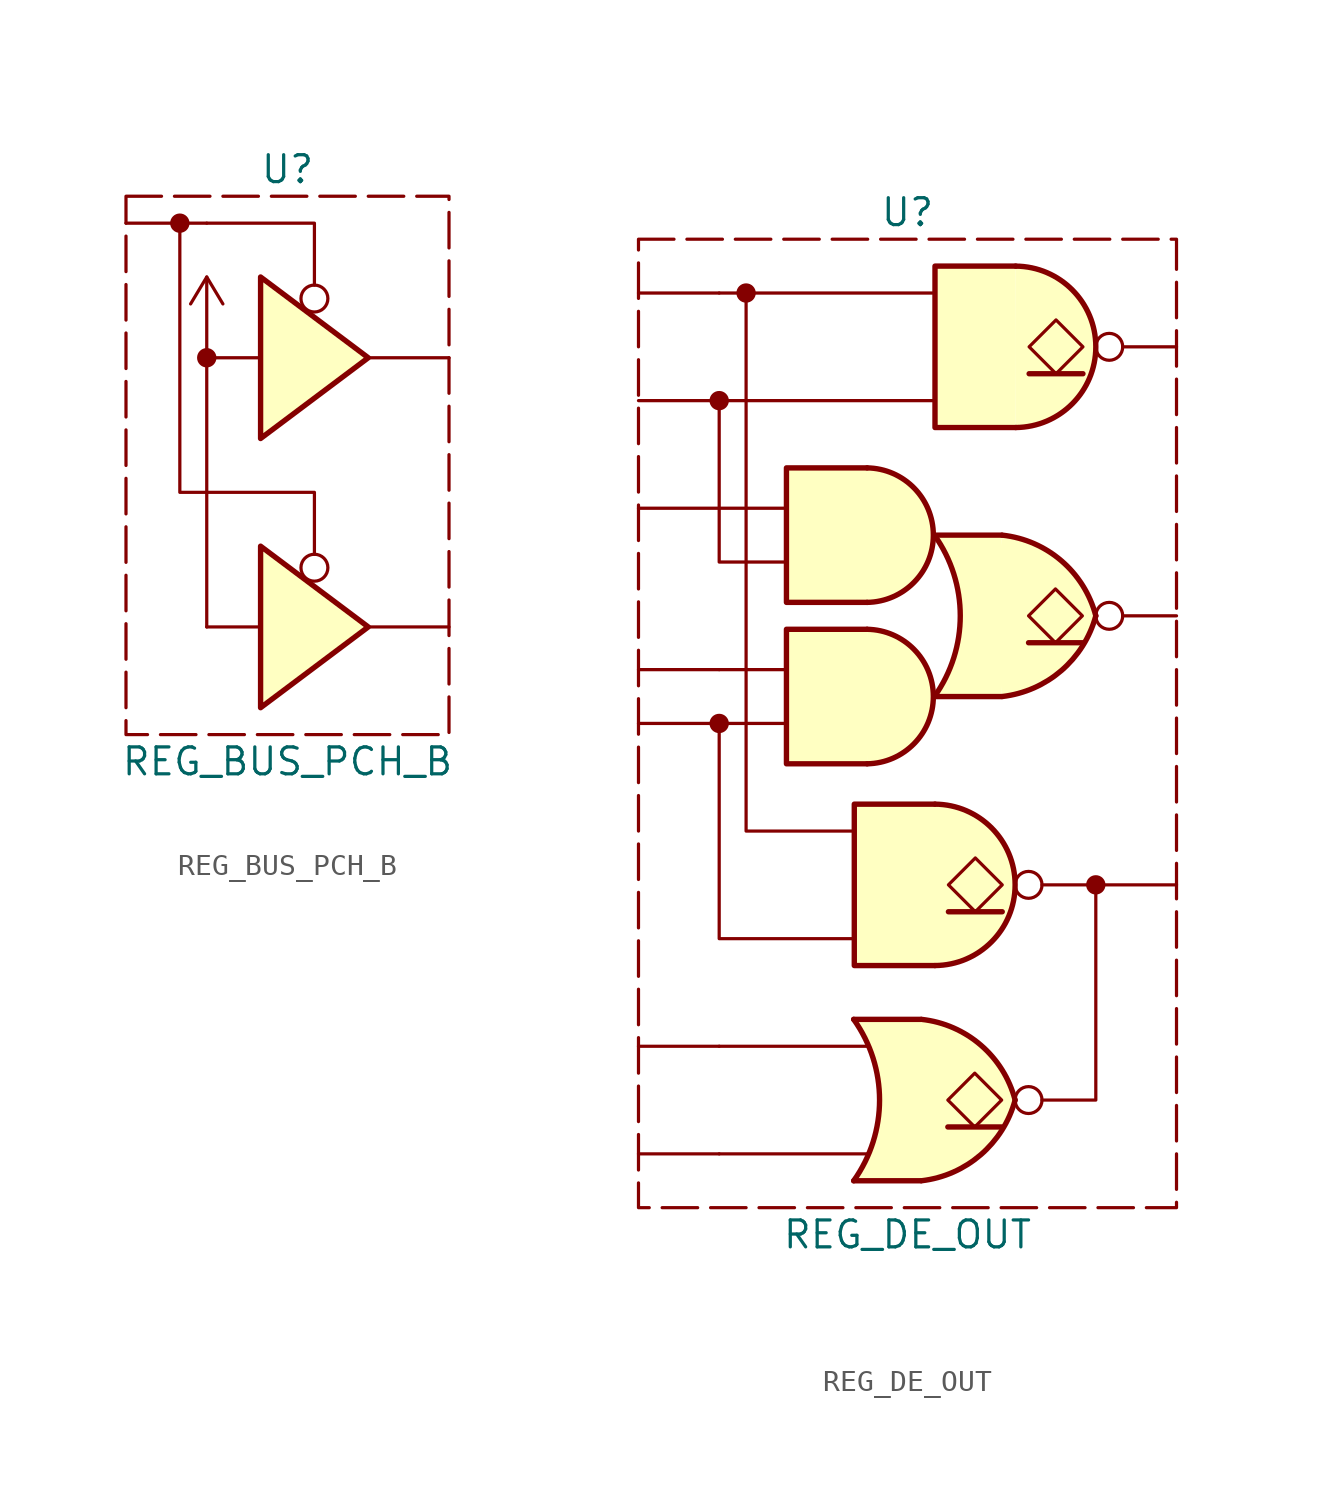
<source format=kicad_sym>
(kicad_symbol_lib
  (version 20231120)
  (generator "kicad_symbol_editor")
  (generator_version "8.0")
  (symbol "REG_BUS_PCH_B"
    (pin_numbers hide)
    (pin_names
      (offset 0) hide)
    (property "Reference" "U"
      (at 0 13.97 0)
      (effects (font (size 1.27 1.27))))
    (property "Value" "REG_BUS_PCH_B"
      (at 0 -13.97 0)
      (effects (font (size 1.27 1.27))))
    (symbol "REG_BUS_PCH_B_0_1"
      (polyline (pts (xy -3.81 -7.62) (xy -3.81 8.89)) (stroke (width 0) (type default)) (fill (type none)))
      (polyline (pts (xy -1.27 -7.62) (xy -3.81 -7.62)) (stroke (width 0) (type default)) (fill (type none)))
      (polyline (pts (xy -1.27 5.08) (xy -3.81 5.08)) (stroke (width 0) (type default)) (fill (type none)))
      (polyline (pts (xy -4.572 7.62) (xy -3.81 8.89) (xy -3.048 7.62)) (stroke (width 0) (type default)) (fill (type none)))
      (polyline (pts (xy 1.27 8.509) (xy 1.27 11.43) (xy -3.81 11.43)) (stroke (width 0) (type default)) (fill (type none)))
      (polyline (pts (xy 1.27 -4.191) (xy 1.27 -1.27) (xy -5.08 -1.27) (xy -5.08 11.43)) (stroke (width 0) (type default)) (fill (type none)))
      (circle (center 1.27 -4.826) (radius 0.635) (stroke (width 0) (type default)) (fill (type none)))
      (circle (center 1.27 7.874) (radius 0.635) (stroke (width 0) (type default)) (fill (type none))))
    (symbol "REG_BUS_PCH_B_1_0"
      (polyline (pts (xy -1.27 -3.81) (xy -1.27 -11.43) (xy 3.81 -7.62) (xy -1.27 -3.81)) (stroke (width 0.254) (type default)) (fill (type background)))
      (polyline (pts (xy -1.27 8.89) (xy -1.27 1.27) (xy 3.81 5.08) (xy -1.27 8.89)) (stroke (width 0.254) (type default)) (fill (type background))))
    (symbol "REG_BUS_PCH_B_1_1"
      (rectangle (start -7.62 12.7) (end 7.62 -12.7) (stroke (width 0) (type dash)) (fill (type none)))
      (circle (center -5.08 11.43) (radius 0.381) (stroke (width 0) (type default)) (fill (type outline)))
      (circle (center -3.81 5.08) (radius 0.381) (stroke (width 0) (type default)) (fill (type outline)))
      (pin tri_state line (at 7.62 -7.62 180) (length 3.81) (name "A_Y" (effects (font (size 1.27 1.27)))) (number "" (effects (font (size 1.27 1.27)))))
      (pin tri_state line (at 7.62 5.08 180) (length 3.81) (name "A_Y" (effects (font (size 1.27 1.27)))) (number "" (effects (font (size 1.27 1.27)))))
      (pin input line (at -7.62 11.43 0) (length 3.81) (name "~{PCH}" (effects (font (size 1.27 1.27)))) (number "" (effects (font (size 1.27 1.27)))))))
  (symbol "REG_DE_OUT"
    (pin_numbers hide)
    (pin_names hide)
    (property "Reference" "U"
      (at 0 24.13 0)
      (effects (font (size 1.27 1.27))))
    (property "Value" "REG_DE_OUT"
      (at 0 -24.13 0)
      (effects (font (size 1.27 1.27))))
    (symbol "REG_DE_OUT_0_1"
      (polyline (pts (xy -8.89 -20.32) (xy -1.905 -20.32)) (stroke (width 0) (type default)) (fill (type none)))
      (polyline (pts (xy -8.89 -15.24) (xy -1.905 -15.24)) (stroke (width 0) (type default)) (fill (type none)))
      (polyline (pts (xy -8.89 15.24) (xy 1.27 15.24)) (stroke (width 0) (type default)) (fill (type none)))
      (polyline (pts (xy -8.89 20.32) (xy 1.27 20.32)) (stroke (width 0) (type default)) (fill (type none)))
      (polyline (pts (xy -5.715 0) (xy -8.89 0)) (stroke (width 0) (type default)) (fill (type none)))
      (polyline (pts (xy -5.715 2.54) (xy -8.89 2.54)) (stroke (width 0) (type default)) (fill (type none)))
      (polyline (pts (xy -5.715 10.16) (xy -8.89 10.16)) (stroke (width 0) (type default)) (fill (type none)))
      (polyline (pts (xy -5.715 7.62) (xy -8.89 7.62) (xy -8.89 15.24)) (stroke (width 0) (type default)) (fill (type none)))
      (polyline (pts (xy -2.54 -10.16) (xy -8.89 -10.16) (xy -8.89 0)) (stroke (width 0) (type default)) (fill (type none)))
      (polyline (pts (xy -2.54 -5.08) (xy -7.62 -5.08) (xy -7.62 20.32)) (stroke (width 0) (type default)) (fill (type none)))
      (polyline (pts (xy 6.35 -7.62) (xy 8.89 -7.62) (xy 8.89 -17.78) (xy 6.35 -17.78)) (stroke (width 0) (type default)) (fill (type none)))
      (circle (center 5.715 -17.78) (radius 0.635) (stroke (width 0) (type default)) (fill (type none)))
      (circle (center 5.715 -7.62) (radius 0.635) (stroke (width 0) (type default)) (fill (type none))))
    (symbol "REG_DE_OUT_1_1"
      (rectangle (start -12.7 22.86) (end 12.7 -22.86) (stroke (width 0) (type dash)) (fill (type none)))
      (circle (center -8.89 0) (radius 0.381) (stroke (width 0) (type default)) (fill (type outline)))
      (circle (center -8.89 15.24) (radius 0.381) (stroke (width 0) (type default)) (fill (type outline)))
      (circle (center -7.62 20.32) (radius 0.381) (stroke (width 0) (type default)) (fill (type outline)))
      (arc (start -2.5402 -21.59) (mid -1.3192 -17.78) (end -2.5402 -13.97) (stroke (width 0.254) (type default)) (fill (type none)))
      (arc (start -1.905 -1.905) (mid 1.22 1.27) (end -1.905 4.445) (stroke (width 0.254) (type default)) (fill (type background)))
      (arc (start -1.905 5.715) (mid 1.22 8.89) (end -1.905 12.065) (stroke (width 0.254) (type default)) (fill (type background)))
      (polyline (pts (xy -2.54 -21.59) (xy 0.635 -21.59)) (stroke (width 0.254) (type default)) (fill (type background)))
      (polyline (pts (xy -2.54 -13.97) (xy 0.635 -13.97)) (stroke (width 0.254) (type default)) (fill (type background)))
      (polyline (pts (xy 1.27 1.27) (xy 4.445 1.27)) (stroke (width 0.254) (type default)) (fill (type background)))
      (polyline (pts (xy 1.27 8.89) (xy 4.445 8.89)) (stroke (width 0.254) (type default)) (fill (type background)))
      (polyline (pts (xy 1.905 -19.05) (xy 4.445 -19.05)) (stroke (width 0.254) (type default)) (fill (type none)))
      (polyline (pts (xy 1.932 -8.89) (xy 4.472 -8.89)) (stroke (width 0.254) (type default)) (fill (type none)))
      (polyline (pts (xy 5.715 3.81) (xy 8.255 3.81)) (stroke (width 0.254) (type default)) (fill (type none)))
      (polyline (pts (xy 5.742 16.51) (xy 8.282 16.51)) (stroke (width 0.254) (type default)) (fill (type none)))
      (polyline (pts (xy -1.905 4.445) (xy -5.715 4.445) (xy -5.715 -1.905) (xy -1.905 -1.905)) (stroke (width 0.254) (type default)) (fill (type background)))
      (polyline (pts (xy -1.905 12.065) (xy -5.715 12.065) (xy -5.715 5.715) (xy -1.905 5.715)) (stroke (width 0.254) (type default)) (fill (type background)))
      (polyline (pts (xy 1.298 -3.81) (xy -2.512 -3.81) (xy -2.512 -11.43) (xy 1.298 -11.43)) (stroke (width 0.254) (type default)) (fill (type background)))
      (polyline (pts (xy 5.108 21.59) (xy 1.298 21.59) (xy 1.298 13.97) (xy 5.108 13.97)) (stroke (width 0.254) (type default)) (fill (type background)))
      (polyline (pts (xy 4.445 -17.78) (xy 3.175 -16.51) (xy 1.905 -17.78) (xy 3.175 -19.05) (xy 4.445 -17.78)) (stroke (width 0) (type default)) (fill (type none)))
      (polyline (pts (xy 4.472 -7.62) (xy 3.202 -6.35) (xy 1.932 -7.62) (xy 3.202 -8.89) (xy 4.472 -7.62)) (stroke (width 0) (type default)) (fill (type none)))
      (polyline (pts (xy 8.255 5.08) (xy 6.985 6.35) (xy 5.715 5.08) (xy 6.985 3.81) (xy 8.255 5.08)) (stroke (width 0) (type default)) (fill (type none)))
      (polyline (pts (xy 8.282 17.78) (xy 7.012 19.05) (xy 5.742 17.78) (xy 7.012 16.51) (xy 8.282 17.78)) (stroke (width 0) (type default)) (fill (type none)))
      (polyline (pts (xy 0.635 -13.97) (xy -2.54 -13.97) (xy -2.54 -13.97) (xy -2.286 -14.376) (xy -1.753 -15.519) (xy -1.423 -16.739) (xy -1.346 -18.034) (xy -1.499 -19.279) (xy -1.905 -20.498) (xy -2.54 -21.59) (xy -2.54 -21.59) (xy 0.635 -21.59)) (stroke (width -25.4) (type default)) (fill (type background)))
      (polyline (pts (xy 4.445 8.89) (xy 1.27 8.89) (xy 1.27 8.89) (xy 1.524 8.484) (xy 2.057 7.341) (xy 2.388 6.121) (xy 2.464 4.826) (xy 2.311 3.581) (xy 1.905 2.362) (xy 1.27 1.27) (xy 1.27 1.27) (xy 4.445 1.27)) (stroke (width -25.4) (type default)) (fill (type background)))
      (arc (start 0.6602 -21.59) (mid 3.4553 -20.364) (end 5.0798 -17.78) (stroke (width 0.254) (type default)) (fill (type background)))
      (arc (start 1.2698 1.27) (mid 2.4908 5.08) (end 1.2698 8.89) (stroke (width 0.254) (type default)) (fill (type none)))
      (arc (start 1.2976 -11.43) (mid 5.0801 -7.62) (end 1.2976 -3.81) (stroke (width 0.254) (type default)) (fill (type background)))
      (arc (start 4.4702 1.27) (mid 7.2653 2.496) (end 8.8898 5.08) (stroke (width 0.254) (type default)) (fill (type background)))
      (arc (start 5.0798 -17.78) (mid 3.4626 -15.1875) (end 0.6602 -13.97) (stroke (width 0.254) (type default)) (fill (type background)))
      (arc (start 5.1076 13.97) (mid 8.8901 17.78) (end 5.1076 21.59) (stroke (width 0.254) (type default)) (fill (type background)))
      (circle (center 8.89 -7.62) (radius 0.381) (stroke (width 0) (type default)) (fill (type outline)))
      (arc (start 8.8898 5.08) (mid 7.2726 7.6725) (end 4.4702 8.89) (stroke (width 0.254) (type default)) (fill (type background)))
      (pin input line (at -12.7 2.54 0) (length 3.81) (name "D_ENA2" (effects (font (size 1.27 1.27)))) (number "" (effects (font (size 0 0)))))
      (pin input line (at -12.7 0 0) (length 3.81) (name "D_IN" (effects (font (size 1.27 1.27)))) (number "" (effects (font (size 0 0)))))
      (pin tri_state line (at 12.7 -7.62 180) (length 3.81) (name "D_Y1" (effects (font (size 1.27 1.27)))) (number "" (effects (font (size 0 0)))))
      (pin input line (at -12.7 -15.24 0) (length 3.81) (name "D_ZERO1" (effects (font (size 1.27 1.27)))) (number "" (effects (font (size 0 0)))))
      (pin input line (at -12.7 -20.32 0) (length 3.81) (name "D_ZERO2" (effects (font (size 1.27 1.27)))) (number "" (effects (font (size 0 0)))))
      (pin input line (at -12.7 20.32 0) (length 3.81) (name "ENA1" (effects (font (size 1.27 1.27)))) (number "" (effects (font (size 0 0)))))
      (pin input line (at -12.7 10.16 0) (length 3.81) (name "E_ENA2" (effects (font (size 1.27 1.27)))) (number "" (effects (font (size 0 0)))))
      (pin input line (at -12.7 15.24 0) (length 3.81) (name "E_IN" (effects (font (size 1.27 1.27)))) (number "" (effects (font (size 0 0)))))
      (pin tri_state inverted (at 12.7 17.78 180) (length 3.81) (name "E_Y1" (effects (font (size 1.27 1.27)))) (number "" (effects (font (size 0 0)))))
      (pin tri_state inverted (at 12.7 5.08 180) (length 3.81) (name "Y2" (effects (font (size 1.27 1.27)))) (number "" (effects (font (size 0 0))))))))
</source>
